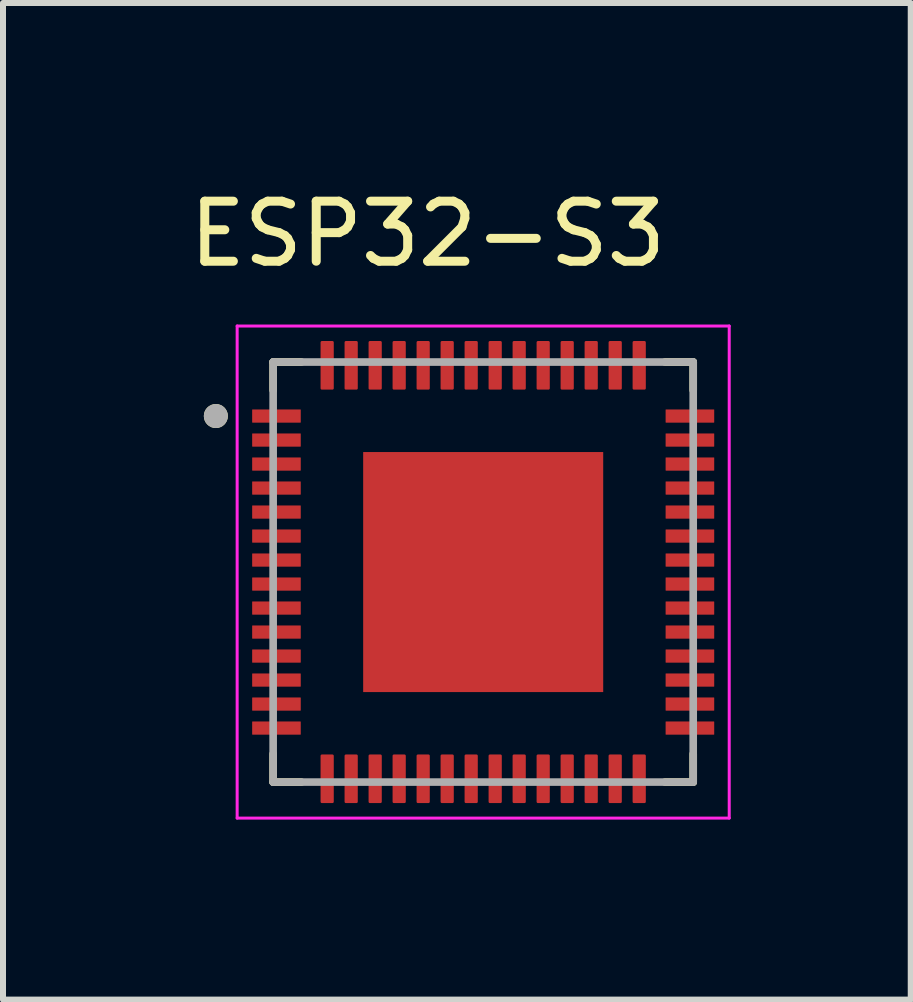
<source format=kicad_pcb>
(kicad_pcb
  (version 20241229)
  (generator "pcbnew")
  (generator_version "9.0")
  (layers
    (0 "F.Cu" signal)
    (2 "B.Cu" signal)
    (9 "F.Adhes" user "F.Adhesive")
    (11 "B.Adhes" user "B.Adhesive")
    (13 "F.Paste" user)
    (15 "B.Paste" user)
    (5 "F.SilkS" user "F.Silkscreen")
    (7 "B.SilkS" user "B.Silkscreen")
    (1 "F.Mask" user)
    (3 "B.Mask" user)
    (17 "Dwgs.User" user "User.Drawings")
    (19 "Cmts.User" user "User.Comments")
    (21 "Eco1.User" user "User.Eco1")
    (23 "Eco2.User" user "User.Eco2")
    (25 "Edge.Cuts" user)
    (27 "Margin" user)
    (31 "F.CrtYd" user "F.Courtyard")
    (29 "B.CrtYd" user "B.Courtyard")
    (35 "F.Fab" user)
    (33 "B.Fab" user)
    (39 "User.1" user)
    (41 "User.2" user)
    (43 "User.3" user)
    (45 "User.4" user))
  (footprint "ESP32-S3"
    (layer "F.Cu")
    (at 5.002 6.483)
    (property "Reference" "ESP32-S3" (at -0.925 -5.635 0) (layer "F.SilkS") (effects (font (size 1 1) (thickness 0.15))))
    (attr through_hole)
    (fp_line (start -3.5 -3.5) (end -3.5 -3.03) (stroke (width 0.127) (type solid)) (layer "F.SilkS"))
    (fp_line (start -3.5 -3.5) (end -3.03 -3.5) (stroke (width 0.127) (type solid)) (layer "F.SilkS"))
    (fp_line (start -3.5 3.5) (end -3.5 3.03) (stroke (width 0.127) (type solid)) (layer "F.SilkS"))
    (fp_line (start -3.5 3.5) (end -3.03 3.5) (stroke (width 0.127) (type solid)) (layer "F.SilkS"))
    (fp_line (start 3.5 -3.5) (end 3.03 -3.5) (stroke (width 0.127) (type solid)) (layer "F.SilkS"))
    (fp_line (start 3.5 -3.5) (end 3.5 -3.03) (stroke (width 0.127) (type solid)) (layer "F.SilkS"))
    (fp_line (start 3.5 3.5) (end 3.03 3.5) (stroke (width 0.127) (type solid)) (layer "F.SilkS"))
    (fp_line (start 3.5 3.5) (end 3.5 3.03) (stroke (width 0.127) (type solid)) (layer "F.SilkS"))
    (fp_circle (center -4.455 -2.6) (end -4.355 -2.6) (stroke (width 0.2) (type solid)) (fill no) (layer "F.SilkS"))
    (fp_poly (pts (xy -1.515 -1.515) (xy -0.245 -1.515) (xy -0.245 -0.245) (xy -1.515 -0.245)) (stroke (width 0.01) (type solid)) (fill yes) (layer "F.Paste"))
    (fp_poly (pts (xy -1.515 0.245) (xy -0.245 0.245) (xy -0.245 1.515) (xy -1.515 1.515)) (stroke (width 0.01) (type solid)) (fill yes) (layer "F.Paste"))
    (fp_poly (pts (xy 0.245 -1.515) (xy 1.515 -1.515) (xy 1.515 -0.245) (xy 0.245 -0.245)) (stroke (width 0.01) (type solid)) (fill yes) (layer "F.Paste"))
    (fp_poly (pts (xy 0.245 0.245) (xy 1.515 0.245) (xy 1.515 1.515) (xy 0.245 1.515)) (stroke (width 0.01) (type solid)) (fill yes) (layer "F.Paste"))
    (fp_line (start -4.1 -4.1) (end 4.1 -4.1) (stroke (width 0.05) (type solid)) (layer "F.CrtYd"))
    (fp_line (start -4.1 4.1) (end -4.1 -4.1) (stroke (width 0.05) (type solid)) (layer "F.CrtYd"))
    (fp_line (start -4.1 4.1) (end 4.1 4.1) (stroke (width 0.05) (type solid)) (layer "F.CrtYd"))
    (fp_line (start 4.1 4.1) (end 4.1 -4.1) (stroke (width 0.05) (type solid)) (layer "F.CrtYd"))
    (fp_line (start -3.5 3.5) (end -3.5 -3.5) (stroke (width 0.127) (type solid)) (layer "F.Fab"))
    (fp_line (start 3.5 -3.5) (end -3.5 -3.5) (stroke (width 0.127) (type solid)) (layer "F.Fab"))
    (fp_line (start 3.5 3.5) (end -3.5 3.5) (stroke (width 0.127) (type solid)) (layer "F.Fab"))
    (fp_line (start 3.5 3.5) (end 3.5 -3.5) (stroke (width 0.127) (type solid)) (layer "F.Fab"))
    (fp_circle (center -4.455 -2.6) (end -4.355 -2.6) (stroke (width 0.2) (type solid)) (fill no) (layer "F.Fab"))
    (pad "1" smd roundrect (at -3.445 -2.6) (size 0.81 0.22) (layers "F.Cu" "F.Mask" "F.Paste") (roundrect_rratio 0.03))
    (pad "2" smd roundrect (at -3.445 -2.2) (size 0.81 0.22) (layers "F.Cu" "F.Mask" "F.Paste") (roundrect_rratio 0.03))
    (pad "3" smd roundrect (at -3.445 -1.8) (size 0.81 0.22) (layers "F.Cu" "F.Mask" "F.Paste") (roundrect_rratio 0.03))
    (pad "4" smd roundrect (at -3.445 -1.4) (size 0.81 0.22) (layers "F.Cu" "F.Mask" "F.Paste") (roundrect_rratio 0.03))
    (pad "5" smd roundrect (at -3.445 -1) (size 0.81 0.22) (layers "F.Cu" "F.Mask" "F.Paste") (roundrect_rratio 0.03))
    (pad "6" smd roundrect (at -3.445 -0.6) (size 0.81 0.22) (layers "F.Cu" "F.Mask" "F.Paste") (roundrect_rratio 0.03))
    (pad "7" smd roundrect (at -3.445 -0.2) (size 0.81 0.22) (layers "F.Cu" "F.Mask" "F.Paste") (roundrect_rratio 0.03))
    (pad "8" smd roundrect (at -3.445 0.2) (size 0.81 0.22) (layers "F.Cu" "F.Mask" "F.Paste") (roundrect_rratio 0.03))
    (pad "9" smd roundrect (at -3.445 0.6) (size 0.81 0.22) (layers "F.Cu" "F.Mask" "F.Paste") (roundrect_rratio 0.03))
    (pad "10" smd roundrect (at -3.445 1) (size 0.81 0.22) (layers "F.Cu" "F.Mask" "F.Paste") (roundrect_rratio 0.03))
    (pad "11" smd roundrect (at -3.445 1.4) (size 0.81 0.22) (layers "F.Cu" "F.Mask" "F.Paste") (roundrect_rratio 0.03))
    (pad "12" smd roundrect (at -3.445 1.8) (size 0.81 0.22) (layers "F.Cu" "F.Mask" "F.Paste") (roundrect_rratio 0.03))
    (pad "13" smd roundrect (at -3.445 2.2) (size 0.81 0.22) (layers "F.Cu" "F.Mask" "F.Paste") (roundrect_rratio 0.03))
    (pad "14" smd roundrect (at -3.445 2.6) (size 0.81 0.22) (layers "F.Cu" "F.Mask" "F.Paste") (roundrect_rratio 0.03))
    (pad "15" smd roundrect (at -2.6 3.445) (size 0.22 0.81) (layers "F.Cu" "F.Mask" "F.Paste") (roundrect_rratio 0.1))
    (pad "16" smd roundrect (at -2.2 3.445) (size 0.22 0.81) (layers "F.Cu" "F.Mask" "F.Paste") (roundrect_rratio 0.1))
    (pad "17" smd roundrect (at -1.8 3.445) (size 0.22 0.81) (layers "F.Cu" "F.Mask" "F.Paste") (roundrect_rratio 0.1))
    (pad "18" smd roundrect (at -1.4 3.445) (size 0.22 0.81) (layers "F.Cu" "F.Mask" "F.Paste") (roundrect_rratio 0.1))
    (pad "19" smd roundrect (at -1 3.445) (size 0.22 0.81) (layers "F.Cu" "F.Mask" "F.Paste") (roundrect_rratio 0.1))
    (pad "20" smd roundrect (at -0.6 3.445) (size 0.22 0.81) (layers "F.Cu" "F.Mask" "F.Paste") (roundrect_rratio 0.1))
    (pad "21" smd roundrect (at -0.2 3.445) (size 0.22 0.81) (layers "F.Cu" "F.Mask" "F.Paste") (roundrect_rratio 0.1))
    (pad "22" smd roundrect (at 0.2 3.445) (size 0.22 0.81) (layers "F.Cu" "F.Mask" "F.Paste") (roundrect_rratio 0.1))
    (pad "23" smd roundrect (at 0.6 3.445) (size 0.22 0.81) (layers "F.Cu" "F.Mask" "F.Paste") (roundrect_rratio 0.1))
    (pad "24" smd roundrect (at 1 3.445) (size 0.22 0.81) (layers "F.Cu" "F.Mask" "F.Paste") (roundrect_rratio 0.1))
    (pad "25" smd roundrect (at 1.4 3.445) (size 0.22 0.81) (layers "F.Cu" "F.Mask" "F.Paste") (roundrect_rratio 0.1))
    (pad "26" smd roundrect (at 1.8 3.445) (size 0.22 0.81) (layers "F.Cu" "F.Mask" "F.Paste") (roundrect_rratio 0.1))
    (pad "27" smd roundrect (at 2.2 3.445) (size 0.22 0.81) (layers "F.Cu" "F.Mask" "F.Paste") (roundrect_rratio 0.1))
    (pad "28" smd roundrect (at 2.6 3.445) (size 0.22 0.81) (layers "F.Cu" "F.Mask" "F.Paste") (roundrect_rratio 0.1))
    (pad "29" smd roundrect (at 3.445 2.6) (size 0.81 0.22) (layers "F.Cu" "F.Mask" "F.Paste") (roundrect_rratio 0.03))
    (pad "30" smd roundrect (at 3.445 2.2) (size 0.81 0.22) (layers "F.Cu" "F.Mask" "F.Paste") (roundrect_rratio 0.03))
    (pad "31" smd roundrect (at 3.445 1.8) (size 0.81 0.22) (layers "F.Cu" "F.Mask" "F.Paste") (roundrect_rratio 0.03))
    (pad "32" smd roundrect (at 3.445 1.4) (size 0.81 0.22) (layers "F.Cu" "F.Mask" "F.Paste") (roundrect_rratio 0.03))
    (pad "33" smd roundrect (at 3.445 1) (size 0.81 0.22) (layers "F.Cu" "F.Mask" "F.Paste") (roundrect_rratio 0.03))
    (pad "34" smd roundrect (at 3.445 0.6) (size 0.81 0.22) (layers "F.Cu" "F.Mask" "F.Paste") (roundrect_rratio 0.03))
    (pad "35" smd roundrect (at 3.445 0.2) (size 0.81 0.22) (layers "F.Cu" "F.Mask" "F.Paste") (roundrect_rratio 0.03))
    (pad "36" smd roundrect (at 3.445 -0.2) (size 0.81 0.22) (layers "F.Cu" "F.Mask" "F.Paste") (roundrect_rratio 0.03))
    (pad "37" smd roundrect (at 3.445 -0.6) (size 0.81 0.22) (layers "F.Cu" "F.Mask" "F.Paste") (roundrect_rratio 0.03))
    (pad "38" smd roundrect (at 3.445 -1) (size 0.81 0.22) (layers "F.Cu" "F.Mask" "F.Paste") (roundrect_rratio 0.03))
    (pad "39" smd roundrect (at 3.445 -1.4) (size 0.81 0.22) (layers "F.Cu" "F.Mask" "F.Paste") (roundrect_rratio 0.03))
    (pad "40" smd roundrect (at 3.445 -1.8) (size 0.81 0.22) (layers "F.Cu" "F.Mask" "F.Paste") (roundrect_rratio 0.03))
    (pad "41" smd roundrect (at 3.445 -2.2) (size 0.81 0.22) (layers "F.Cu" "F.Mask" "F.Paste") (roundrect_rratio 0.03))
    (pad "42" smd roundrect (at 3.445 -2.6) (size 0.81 0.22) (layers "F.Cu" "F.Mask" "F.Paste") (roundrect_rratio 0.03))
    (pad "43" smd roundrect (at 2.6 -3.445) (size 0.22 0.81) (layers "F.Cu" "F.Mask" "F.Paste") (roundrect_rratio 0.1))
    (pad "44" smd roundrect (at 2.2 -3.445) (size 0.22 0.81) (layers "F.Cu" "F.Mask" "F.Paste") (roundrect_rratio 0.1))
    (pad "45" smd roundrect (at 1.8 -3.445) (size 0.22 0.81) (layers "F.Cu" "F.Mask" "F.Paste") (roundrect_rratio 0.1))
    (pad "46" smd roundrect (at 1.4 -3.445) (size 0.22 0.81) (layers "F.Cu" "F.Mask" "F.Paste") (roundrect_rratio 0.1))
    (pad "47" smd roundrect (at 1 -3.445) (size 0.22 0.81) (layers "F.Cu" "F.Mask" "F.Paste") (roundrect_rratio 0.1))
    (pad "48" smd roundrect (at 0.6 -3.445) (size 0.22 0.81) (layers "F.Cu" "F.Mask" "F.Paste") (roundrect_rratio 0.1))
    (pad "49" smd roundrect (at 0.2 -3.445) (size 0.22 0.81) (layers "F.Cu" "F.Mask" "F.Paste") (roundrect_rratio 0.1))
    (pad "50" smd roundrect (at -0.2 -3.445) (size 0.22 0.81) (layers "F.Cu" "F.Mask" "F.Paste") (roundrect_rratio 0.1))
    (pad "51" smd roundrect (at -0.6 -3.445) (size 0.22 0.81) (layers "F.Cu" "F.Mask" "F.Paste") (roundrect_rratio 0.1))
    (pad "52" smd roundrect (at -1 -3.445) (size 0.22 0.81) (layers "F.Cu" "F.Mask" "F.Paste") (roundrect_rratio 0.1))
    (pad "53" smd roundrect (at -1.4 -3.445) (size 0.22 0.81) (layers "F.Cu" "F.Mask" "F.Paste") (roundrect_rratio 0.1))
    (pad "54" smd roundrect (at -1.8 -3.445) (size 0.22 0.81) (layers "F.Cu" "F.Mask" "F.Paste") (roundrect_rratio 0.1))
    (pad "55" smd roundrect (at -2.2 -3.445) (size 0.22 0.81) (layers "F.Cu" "F.Mask" "F.Paste") (roundrect_rratio 0.1))
    (pad "56" smd roundrect (at -2.6 -3.445) (size 0.22 0.81) (layers "F.Cu" "F.Mask" "F.Paste") (roundrect_rratio 0.1))
    (pad "57" smd rect (at 0 0) (size 4 4) (layers "F.Cu" "F.Mask")))
  (gr_rect
    (start -3 -3)
    (end 12.127 13.608)
    (stroke (width 0.1) (type default))
    (fill no)
    (layer "Edge.Cuts")))
</source>
